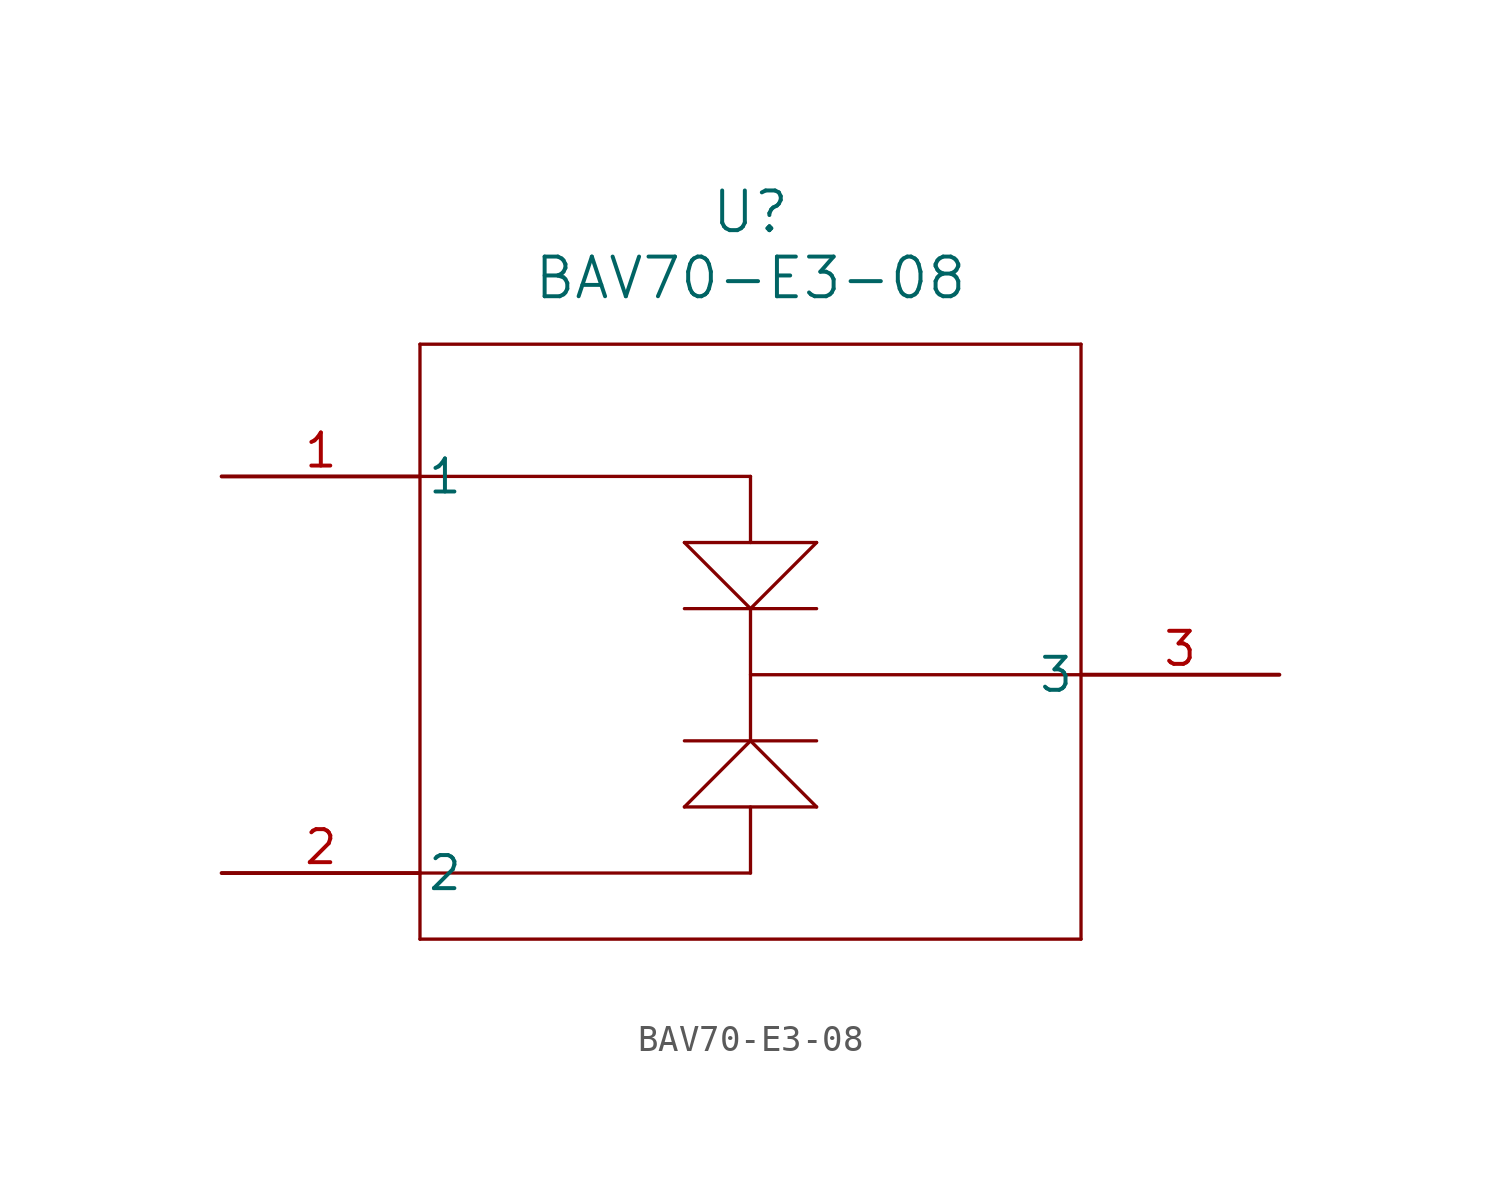
<source format=kicad_sym>
(kicad_symbol_lib
  (version 20211014)
  (generator kicad_symbol_editor)
  (symbol "BAV70-E3-08"
    (pin_names
      (offset 0.254))
    (property "Reference" "U"
      (at 20.32 10.16 0)
      (effects (font (size 1.524 1.524))))
    (property "Value" "BAV70-E3-08"
      (at 20.32 7.62 0)
      (effects (font (size 1.524 1.524))))
    (symbol "BAV70-E3-08_0_1"
      (polyline (pts (xy 7.62 5.08) (xy 7.62 -17.78)) (stroke (width 0.127) (type default) (color 0 0 0 0)) (fill (type none)))
      (polyline (pts (xy 7.62 -17.78) (xy 33.02 -17.78)) (stroke (width 0.127) (type default) (color 0 0 0 0)) (fill (type none)))
      (polyline (pts (xy 33.02 -17.78) (xy 33.02 5.08)) (stroke (width 0.127) (type default) (color 0 0 0 0)) (fill (type none)))
      (polyline (pts (xy 33.02 5.08) (xy 7.62 5.08)) (stroke (width 0.127) (type default) (color 0 0 0 0)) (fill (type none)))
      (polyline (pts (xy 7.62 -15.24) (xy 20.32 -15.24)) (stroke (width 0.127) (type default) (color 0 0 0 0)) (fill (type none)))
      (polyline (pts (xy 20.32 -15.24) (xy 20.32 -12.7)) (stroke (width 0.127) (type default) (color 0 0 0 0)) (fill (type none)))
      (polyline (pts (xy 17.78 -12.7) (xy 22.86 -12.7)) (stroke (width 0.127) (type default) (color 0 0 0 0)) (fill (type none)))
      (polyline (pts (xy 22.86 -12.7) (xy 20.32 -10.16)) (stroke (width 0.127) (type default) (color 0 0 0 0)) (fill (type none)))
      (polyline (pts (xy 17.78 -12.7) (xy 20.32 -10.16)) (stroke (width 0.127) (type default) (color 0 0 0 0)) (fill (type none)))
      (polyline (pts (xy 17.78 -10.16) (xy 22.86 -10.16)) (stroke (width 0.127) (type default) (color 0 0 0 0)) (fill (type none)))
      (polyline (pts (xy 20.32 -10.16) (xy 20.32 -5.08)) (stroke (width 0.127) (type default) (color 0 0 0 0)) (fill (type none)))
      (polyline (pts (xy 20.32 -5.08) (xy 17.78 -5.08)) (stroke (width 0.127) (type default) (color 0 0 0 0)) (fill (type none)))
      (polyline (pts (xy 20.32 -5.08) (xy 22.86 -5.08)) (stroke (width 0.127) (type default) (color 0 0 0 0)) (fill (type none)))
      (polyline (pts (xy 20.32 -5.08) (xy 17.78 -2.54)) (stroke (width 0.127) (type default) (color 0 0 0 0)) (fill (type none)))
      (polyline (pts (xy 17.78 -2.54) (xy 22.86 -2.54)) (stroke (width 0.127) (type default) (color 0 0 0 0)) (fill (type none)))
      (polyline (pts (xy 22.86 -2.54) (xy 20.32 -5.08)) (stroke (width 0.127) (type default) (color 0 0 0 0)) (fill (type none)))
      (polyline (pts (xy 20.32 -2.54) (xy 20.32 0)) (stroke (width 0.127) (type default) (color 0 0 0 0)) (fill (type none)))
      (polyline (pts (xy 20.32 0) (xy 7.62 0)) (stroke (width 0.127) (type default) (color 0 0 0 0)) (fill (type none)))
      (polyline (pts (xy 33.02 -7.62) (xy 20.32 -7.62)) (stroke (width 0.127) (type default) (color 0 0 0 0)) (fill (type none)))
      (pin unspecified line (at 0 0 0) (length 7.62) (name "1" (effects (font (size 1.27 1.27)))) (number "1" (effects (font (size 1.27 1.27)))))
      (pin unspecified line (at 0 -15.24 0) (length 7.62) (name "2" (effects (font (size 1.27 1.27)))) (number "2" (effects (font (size 1.27 1.27)))))
      (pin unspecified line (at 40.64 -7.62 180) (length 7.62) (name "3" (effects (font (size 1.27 1.27)))) (number "3" (effects (font (size 1.27 1.27))))))))
</source>
